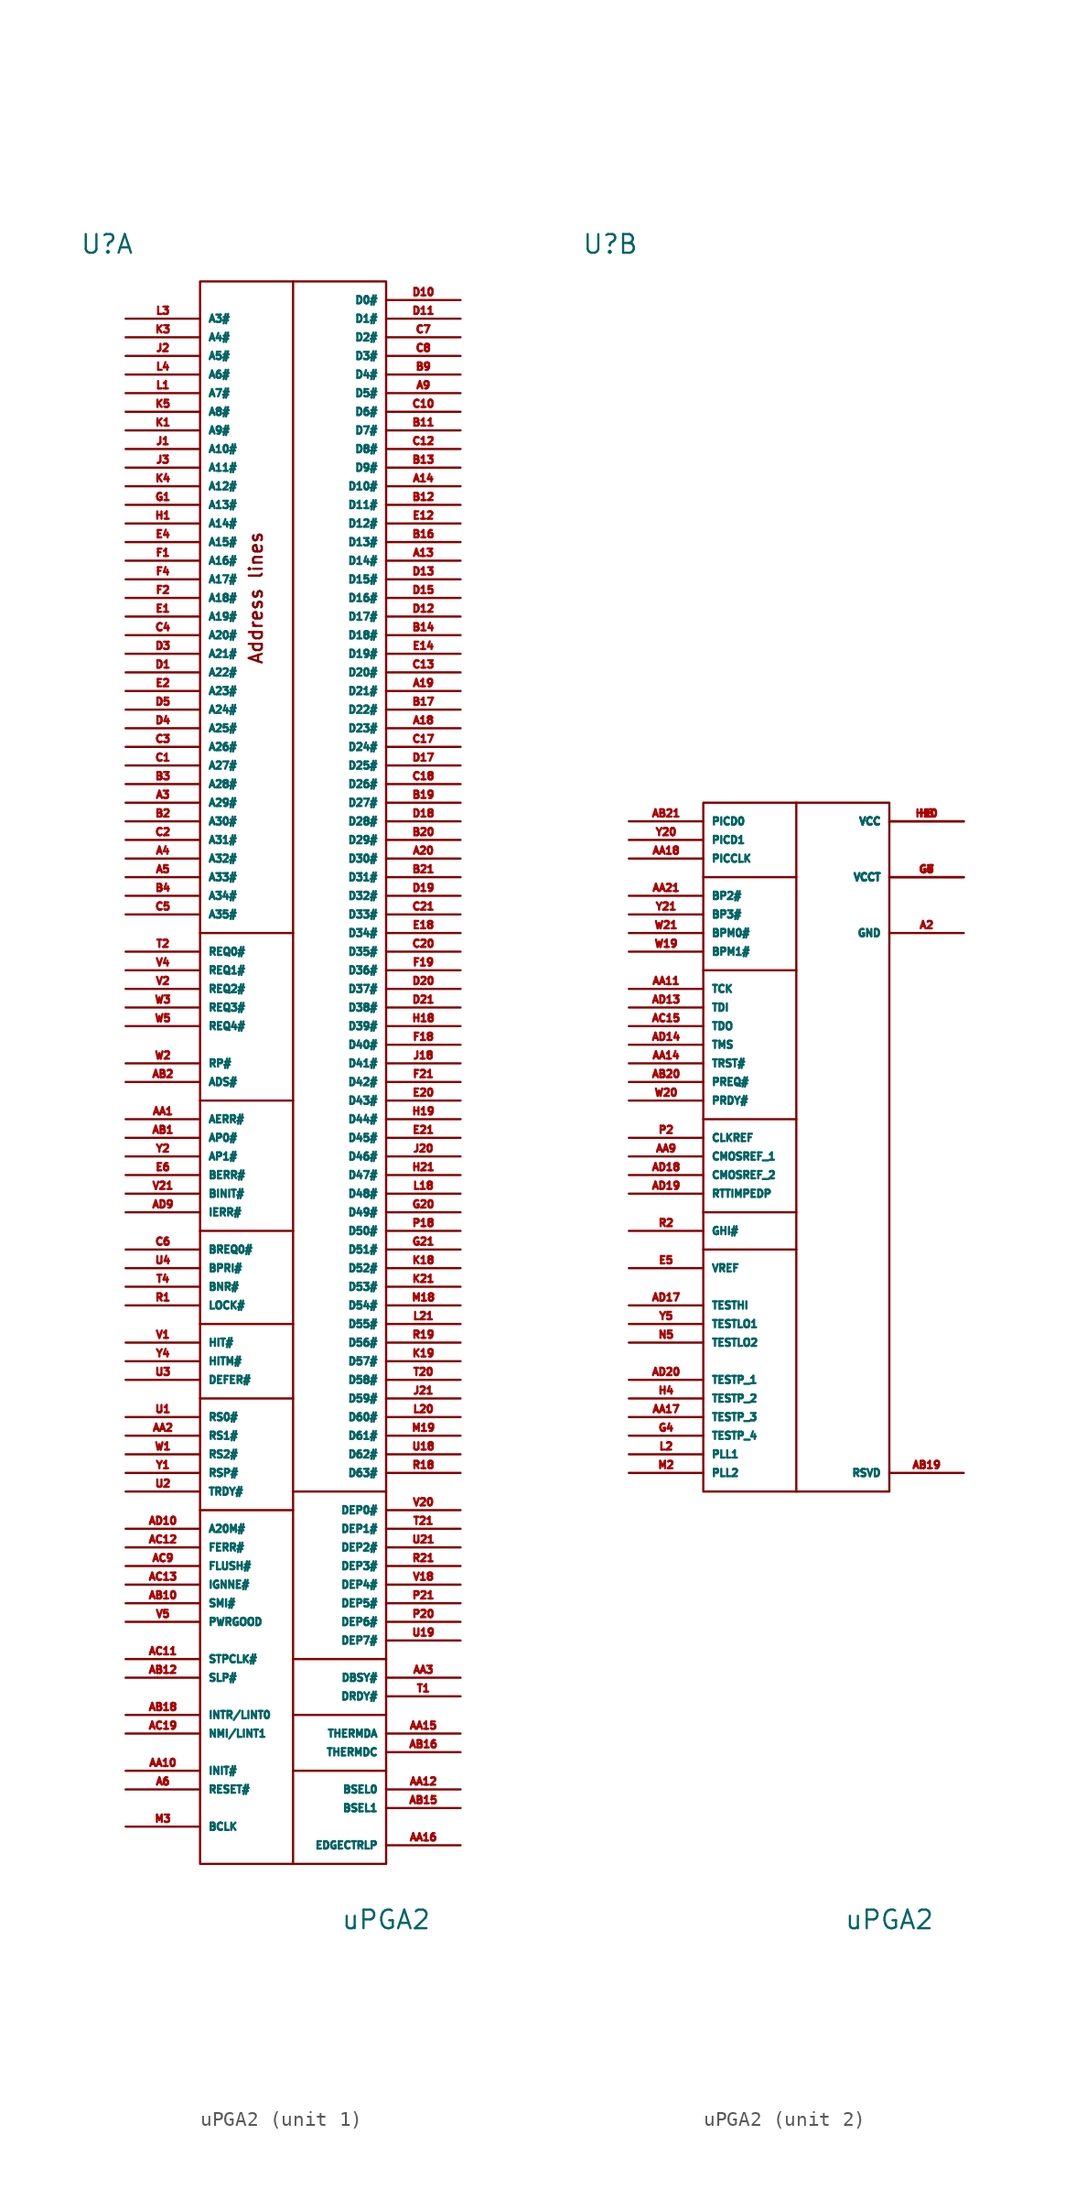
<source format=kicad_sym>
(kicad_symbol_lib
  (version 20220914)
  (generator kicad_symbol_editor)
  (symbol "uPGA2"
    (property "Reference" "U"
      (at -12.7 59.69 0)
      (effects (font (size 1.27 1.27))))
    (property "Value" "uPGA2"
      (at 6.35 -54.61 0)
      (effects (font (size 1.27 1.27))))
    (property "ki_locked" ""
      (at 0 0 0)
      (effects (font (size 1.27 1.27))))
    (symbol "uPGA2_1_0"
      (rectangle (start -6.35 57.15) (end 6.35 -50.8) (stroke (width 0) (type default)) (fill (type none)))
      (polyline (pts (xy 0 -26.67) (xy 0 -50.8)) (stroke (width 0) (type default)) (fill (type none)))
      (polyline (pts (xy 6.35 -44.45) (xy 0 -44.45)) (stroke (width 0) (type default)) (fill (type none)))
      (polyline (pts (xy 6.35 -40.64) (xy 0 -40.64)) (stroke (width 0) (type default)) (fill (type none)))
      (polyline (pts (xy 6.35 -36.83) (xy 0 -36.83)) (stroke (width 0) (type default)) (fill (type none)))
      (polyline (pts (xy 6.35 -25.4) (xy 0 -25.4)) (stroke (width 0) (type default)) (fill (type none)))
      (polyline (pts (xy -6.35 -26.67) (xy 0 -26.67) (xy 0 -19.05)) (stroke (width 0) (type default)) (fill (type none)))
      (polyline (pts (xy -6.35 -19.05) (xy 0 -19.05) (xy 0 -13.97)) (stroke (width 0) (type default)) (fill (type none)))
      (polyline (pts (xy -6.35 -13.97) (xy 0 -13.97) (xy 0 -7.62)) (stroke (width 0) (type default)) (fill (type none)))
      (polyline (pts (xy -6.35 -7.62) (xy 0 -7.62) (xy 0 1.27)) (stroke (width 0) (type default)) (fill (type none)))
      (polyline (pts (xy -6.35 1.27) (xy 0 1.27) (xy 0 12.7)) (stroke (width 0) (type default)) (fill (type none)))
      (polyline (pts (xy -6.35 12.7) (xy 0 12.7) (xy 0 57.15)) (stroke (width 0) (type default)) (fill (type none)))
      (text "Address lines" (at -2.54 35.56 900) (effects (font (size 0.889 0.889))))
      (pin unspecified line (at 11.43 38.1 180) (length 5.08) (name "D14#" (effects (font (size 0.5 0.5)))) (number "A13" (effects (font (size 0.5 0.5)))))
      (pin unspecified line (at 11.43 43.18 180) (length 5.08) (name "D10#" (effects (font (size 0.5 0.5)))) (number "A14" (effects (font (size 0.5 0.5)))))
      (pin unspecified line (at 11.43 26.67 180) (length 5.08) (name "D23#" (effects (font (size 0.5 0.5)))) (number "A18" (effects (font (size 0.5 0.5)))))
      (pin unspecified line (at 11.43 29.21 180) (length 5.08) (name "D21#" (effects (font (size 0.5 0.5)))) (number "A19" (effects (font (size 0.5 0.5)))))
      (pin unspecified line (at 11.43 17.78 180) (length 5.08) (name "D30#" (effects (font (size 0.5 0.5)))) (number "A20" (effects (font (size 0.5 0.5)))))
      (pin unspecified line (at -11.43 21.59 0) (length 5.08) (name "A29#" (effects (font (size 0.5 0.5)))) (number "A3" (effects (font (size 0.5 0.5)))))
      (pin unspecified line (at -11.43 17.78 0) (length 5.08) (name "A32#" (effects (font (size 0.5 0.5)))) (number "A4" (effects (font (size 0.5 0.5)))))
      (pin unspecified line (at -11.43 16.51 0) (length 5.08) (name "A33#" (effects (font (size 0.5 0.5)))) (number "A5" (effects (font (size 0.5 0.5)))))
      (pin unspecified line (at -11.43 -45.72 0) (length 5.08) (name "RESET#" (effects (font (size 0.5 0.5)))) (number "A6" (effects (font (size 0.5 0.5)))))
      (pin unspecified line (at 11.43 49.53 180) (length 5.08) (name "D5#" (effects (font (size 0.5 0.5)))) (number "A9" (effects (font (size 0.5 0.5)))))
      (pin unspecified line (at -11.43 0 0) (length 5.08) (name "AERR#" (effects (font (size 0.5 0.5)))) (number "AA1" (effects (font (size 0.5 0.5)))))
      (pin unspecified line (at -11.43 -44.45 0) (length 5.08) (name "INIT#" (effects (font (size 0.5 0.5)))) (number "AA10" (effects (font (size 0.5 0.5)))))
      (pin unspecified line (at 11.43 -45.72 180) (length 5.08) (name "BSEL0" (effects (font (size 0.5 0.5)))) (number "AA12" (effects (font (size 0.5 0.5)))))
      (pin unspecified line (at 11.43 -41.91 180) (length 5.08) (name "THERMDA" (effects (font (size 0.5 0.5)))) (number "AA15" (effects (font (size 0.5 0.5)))))
      (pin unspecified line (at 11.43 -49.53 180) (length 5.08) (name "EDGECTRLP" (effects (font (size 0.5 0.5)))) (number "AA16" (effects (font (size 0.5 0.5)))))
      (pin unspecified line (at -11.43 -21.59 0) (length 5.08) (name "RS1#" (effects (font (size 0.5 0.5)))) (number "AA2" (effects (font (size 0.5 0.5)))))
      (pin unspecified line (at 11.43 -38.1 180) (length 5.08) (name "DBSY#" (effects (font (size 0.5 0.5)))) (number "AA3" (effects (font (size 0.5 0.5)))))
      (pin unspecified line (at -11.43 -1.27 0) (length 5.08) (name "AP0#" (effects (font (size 0.5 0.5)))) (number "AB1" (effects (font (size 0.5 0.5)))))
      (pin unspecified line (at -11.43 -33.02 0) (length 5.08) (name "SMI#" (effects (font (size 0.5 0.5)))) (number "AB10" (effects (font (size 0.5 0.5)))))
      (pin unspecified line (at -11.43 -38.1 0) (length 5.08) (name "SLP#" (effects (font (size 0.5 0.5)))) (number "AB12" (effects (font (size 0.5 0.5)))))
      (pin unspecified line (at 11.43 -46.99 180) (length 5.08) (name "BSEL1" (effects (font (size 0.5 0.5)))) (number "AB15" (effects (font (size 0.5 0.5)))))
      (pin unspecified line (at 11.43 -43.18 180) (length 5.08) (name "THERMDC" (effects (font (size 0.5 0.5)))) (number "AB16" (effects (font (size 0.5 0.5)))))
      (pin unspecified line (at -11.43 -40.64 0) (length 5.08) (name "INTR/LINT0" (effects (font (size 0.5 0.5)))) (number "AB18" (effects (font (size 0.5 0.5)))))
      (pin unspecified line (at -11.43 2.54 0) (length 5.08) (name "ADS#" (effects (font (size 0.5 0.5)))) (number "AB2" (effects (font (size 0.5 0.5)))))
      (pin unspecified line (at -11.43 -36.83 0) (length 5.08) (name "STPCLK#" (effects (font (size 0.5 0.5)))) (number "AC11" (effects (font (size 0.5 0.5)))))
      (pin unspecified line (at -11.43 -29.21 0) (length 5.08) (name "FERR#" (effects (font (size 0.5 0.5)))) (number "AC12" (effects (font (size 0.5 0.5)))))
      (pin unspecified line (at -11.43 -31.75 0) (length 5.08) (name "IGNNE#" (effects (font (size 0.5 0.5)))) (number "AC13" (effects (font (size 0.5 0.5)))))
      (pin unspecified line (at -11.43 -41.91 0) (length 5.08) (name "NMI/LINT1" (effects (font (size 0.5 0.5)))) (number "AC19" (effects (font (size 0.5 0.5)))))
      (pin unspecified line (at -11.43 -30.48 0) (length 5.08) (name "FLUSH#" (effects (font (size 0.5 0.5)))) (number "AC9" (effects (font (size 0.5 0.5)))))
      (pin unspecified line (at -11.43 -27.94 0) (length 5.08) (name "A20M#" (effects (font (size 0.5 0.5)))) (number "AD10" (effects (font (size 0.5 0.5)))))
      (pin unspecified line (at -11.43 -6.35 0) (length 5.08) (name "IERR#" (effects (font (size 0.5 0.5)))) (number "AD9" (effects (font (size 0.5 0.5)))))
      (pin unspecified line (at 11.43 46.99 180) (length 5.08) (name "D7#" (effects (font (size 0.5 0.5)))) (number "B11" (effects (font (size 0.5 0.5)))))
      (pin unspecified line (at 11.43 41.91 180) (length 5.08) (name "D11#" (effects (font (size 0.5 0.5)))) (number "B12" (effects (font (size 0.5 0.5)))))
      (pin unspecified line (at 11.43 44.45 180) (length 5.08) (name "D9#" (effects (font (size 0.5 0.5)))) (number "B13" (effects (font (size 0.5 0.5)))))
      (pin unspecified line (at 11.43 33.02 180) (length 5.08) (name "D18#" (effects (font (size 0.5 0.5)))) (number "B14" (effects (font (size 0.5 0.5)))))
      (pin unspecified line (at 11.43 39.37 180) (length 5.08) (name "D13#" (effects (font (size 0.5 0.5)))) (number "B16" (effects (font (size 0.5 0.5)))))
      (pin unspecified line (at 11.43 27.94 180) (length 5.08) (name "D22#" (effects (font (size 0.5 0.5)))) (number "B17" (effects (font (size 0.5 0.5)))))
      (pin unspecified line (at 11.43 21.59 180) (length 5.08) (name "D27#" (effects (font (size 0.5 0.5)))) (number "B19" (effects (font (size 0.5 0.5)))))
      (pin unspecified line (at -11.43 20.32 0) (length 5.08) (name "A30#" (effects (font (size 0.5 0.5)))) (number "B2" (effects (font (size 0.5 0.5)))))
      (pin unspecified line (at 11.43 19.05 180) (length 5.08) (name "D29#" (effects (font (size 0.5 0.5)))) (number "B20" (effects (font (size 0.5 0.5)))))
      (pin unspecified line (at 11.43 16.51 180) (length 5.08) (name "D31#" (effects (font (size 0.5 0.5)))) (number "B21" (effects (font (size 0.5 0.5)))))
      (pin unspecified line (at -11.43 22.86 0) (length 5.08) (name "A28#" (effects (font (size 0.5 0.5)))) (number "B3" (effects (font (size 0.5 0.5)))))
      (pin unspecified line (at -11.43 15.24 0) (length 5.08) (name "A34#" (effects (font (size 0.5 0.5)))) (number "B4" (effects (font (size 0.5 0.5)))))
      (pin unspecified line (at 11.43 50.8 180) (length 5.08) (name "D4#" (effects (font (size 0.5 0.5)))) (number "B9" (effects (font (size 0.5 0.5)))))
      (pin unspecified line (at -11.43 24.13 0) (length 5.08) (name "A27#" (effects (font (size 0.5 0.5)))) (number "C1" (effects (font (size 0.5 0.5)))))
      (pin unspecified line (at 11.43 48.26 180) (length 5.08) (name "D6#" (effects (font (size 0.5 0.5)))) (number "C10" (effects (font (size 0.5 0.5)))))
      (pin unspecified line (at 11.43 45.72 180) (length 5.08) (name "D8#" (effects (font (size 0.5 0.5)))) (number "C12" (effects (font (size 0.5 0.5)))))
      (pin unspecified line (at 11.43 30.48 180) (length 5.08) (name "D20#" (effects (font (size 0.5 0.5)))) (number "C13" (effects (font (size 0.5 0.5)))))
      (pin unspecified line (at 11.43 25.4 180) (length 5.08) (name "D24#" (effects (font (size 0.5 0.5)))) (number "C17" (effects (font (size 0.5 0.5)))))
      (pin unspecified line (at 11.43 22.86 180) (length 5.08) (name "D26#" (effects (font (size 0.5 0.5)))) (number "C18" (effects (font (size 0.5 0.5)))))
      (pin unspecified line (at -11.43 19.05 0) (length 5.08) (name "A31#" (effects (font (size 0.5 0.5)))) (number "C2" (effects (font (size 0.5 0.5)))))
      (pin unspecified line (at 11.43 11.43 180) (length 5.08) (name "D35#" (effects (font (size 0.5 0.5)))) (number "C20" (effects (font (size 0.5 0.5)))))
      (pin unspecified line (at 11.43 13.97 180) (length 5.08) (name "D33#" (effects (font (size 0.5 0.5)))) (number "C21" (effects (font (size 0.5 0.5)))))
      (pin unspecified line (at -11.43 25.4 0) (length 5.08) (name "A26#" (effects (font (size 0.5 0.5)))) (number "C3" (effects (font (size 0.5 0.5)))))
      (pin unspecified line (at -11.43 33.02 0) (length 5.08) (name "A20#" (effects (font (size 0.5 0.5)))) (number "C4" (effects (font (size 0.5 0.5)))))
      (pin unspecified line (at -11.43 13.97 0) (length 5.08) (name "A35#" (effects (font (size 0.5 0.5)))) (number "C5" (effects (font (size 0.5 0.5)))))
      (pin unspecified line (at -11.43 -8.89 0) (length 5.08) (name "BREQ0#" (effects (font (size 0.5 0.5)))) (number "C6" (effects (font (size 0.5 0.5)))))
      (pin unspecified line (at 11.43 53.34 180) (length 5.08) (name "D2#" (effects (font (size 0.5 0.5)))) (number "C7" (effects (font (size 0.5 0.5)))))
      (pin unspecified line (at 11.43 52.07 180) (length 5.08) (name "D3#" (effects (font (size 0.5 0.5)))) (number "C8" (effects (font (size 0.5 0.5)))))
      (pin unspecified line (at -11.43 30.48 0) (length 5.08) (name "A22#" (effects (font (size 0.5 0.5)))) (number "D1" (effects (font (size 0.5 0.5)))))
      (pin unspecified line (at 11.43 55.88 180) (length 5.08) (name "D0#" (effects (font (size 0.5 0.5)))) (number "D10" (effects (font (size 0.5 0.5)))))
      (pin unspecified line (at 11.43 54.61 180) (length 5.08) (name "D1#" (effects (font (size 0.5 0.5)))) (number "D11" (effects (font (size 0.5 0.5)))))
      (pin unspecified line (at 11.43 34.29 180) (length 5.08) (name "D17#" (effects (font (size 0.5 0.5)))) (number "D12" (effects (font (size 0.5 0.5)))))
      (pin unspecified line (at 11.43 36.83 180) (length 5.08) (name "D15#" (effects (font (size 0.5 0.5)))) (number "D13" (effects (font (size 0.5 0.5)))))
      (pin unspecified line (at 11.43 35.56 180) (length 5.08) (name "D16#" (effects (font (size 0.5 0.5)))) (number "D15" (effects (font (size 0.5 0.5)))))
      (pin unspecified line (at 11.43 24.13 180) (length 5.08) (name "D25#" (effects (font (size 0.5 0.5)))) (number "D17" (effects (font (size 0.5 0.5)))))
      (pin unspecified line (at 11.43 20.32 180) (length 5.08) (name "D28#" (effects (font (size 0.5 0.5)))) (number "D18" (effects (font (size 0.5 0.5)))))
      (pin unspecified line (at 11.43 15.24 180) (length 5.08) (name "D32#" (effects (font (size 0.5 0.5)))) (number "D19" (effects (font (size 0.5 0.5)))))
      (pin unspecified line (at 11.43 8.89 180) (length 5.08) (name "D37#" (effects (font (size 0.5 0.5)))) (number "D20" (effects (font (size 0.5 0.5)))))
      (pin unspecified line (at 11.43 7.62 180) (length 5.08) (name "D38#" (effects (font (size 0.5 0.5)))) (number "D21" (effects (font (size 0.5 0.5)))))
      (pin unspecified line (at -11.43 31.75 0) (length 5.08) (name "A21#" (effects (font (size 0.5 0.5)))) (number "D3" (effects (font (size 0.5 0.5)))))
      (pin unspecified line (at -11.43 26.67 0) (length 5.08) (name "A25#" (effects (font (size 0.5 0.5)))) (number "D4" (effects (font (size 0.5 0.5)))))
      (pin unspecified line (at -11.43 27.94 0) (length 5.08) (name "A24#" (effects (font (size 0.5 0.5)))) (number "D5" (effects (font (size 0.5 0.5)))))
      (pin unspecified line (at -11.43 34.29 0) (length 5.08) (name "A19#" (effects (font (size 0.5 0.5)))) (number "E1" (effects (font (size 0.5 0.5)))))
      (pin unspecified line (at 11.43 40.64 180) (length 5.08) (name "D12#" (effects (font (size 0.5 0.5)))) (number "E12" (effects (font (size 0.5 0.5)))))
      (pin unspecified line (at 11.43 31.75 180) (length 5.08) (name "D19#" (effects (font (size 0.5 0.5)))) (number "E14" (effects (font (size 0.5 0.5)))))
      (pin unspecified line (at 11.43 12.7 180) (length 5.08) (name "D34#" (effects (font (size 0.5 0.5)))) (number "E18" (effects (font (size 0.5 0.5)))))
      (pin unspecified line (at -11.43 29.21 0) (length 5.08) (name "A23#" (effects (font (size 0.5 0.5)))) (number "E2" (effects (font (size 0.5 0.5)))))
      (pin unspecified line (at 11.43 1.27 180) (length 5.08) (name "D43#" (effects (font (size 0.5 0.5)))) (number "E20" (effects (font (size 0.5 0.5)))))
      (pin unspecified line (at 11.43 -1.27 180) (length 5.08) (name "D45#" (effects (font (size 0.5 0.5)))) (number "E21" (effects (font (size 0.5 0.5)))))
      (pin unspecified line (at -11.43 39.37 0) (length 5.08) (name "A15#" (effects (font (size 0.5 0.5)))) (number "E4" (effects (font (size 0.5 0.5)))))
      (pin unspecified line (at -11.43 -3.81 0) (length 5.08) (name "BERR#" (effects (font (size 0.5 0.5)))) (number "E6" (effects (font (size 0.5 0.5)))))
      (pin unspecified line (at -11.43 38.1 0) (length 5.08) (name "A16#" (effects (font (size 0.5 0.5)))) (number "F1" (effects (font (size 0.5 0.5)))))
      (pin unspecified line (at 11.43 5.08 180) (length 5.08) (name "D40#" (effects (font (size 0.5 0.5)))) (number "F18" (effects (font (size 0.5 0.5)))))
      (pin unspecified line (at 11.43 10.16 180) (length 5.08) (name "D36#" (effects (font (size 0.5 0.5)))) (number "F19" (effects (font (size 0.5 0.5)))))
      (pin unspecified line (at -11.43 35.56 0) (length 5.08) (name "A18#" (effects (font (size 0.5 0.5)))) (number "F2" (effects (font (size 0.5 0.5)))))
      (pin unspecified line (at 11.43 2.54 180) (length 5.08) (name "D42#" (effects (font (size 0.5 0.5)))) (number "F21" (effects (font (size 0.5 0.5)))))
      (pin unspecified line (at -11.43 36.83 0) (length 5.08) (name "A17#" (effects (font (size 0.5 0.5)))) (number "F4" (effects (font (size 0.5 0.5)))))
      (pin unspecified line (at -11.43 41.91 0) (length 5.08) (name "A13#" (effects (font (size 0.5 0.5)))) (number "G1" (effects (font (size 0.5 0.5)))))
      (pin unspecified line (at 11.43 -6.35 180) (length 5.08) (name "D49#" (effects (font (size 0.5 0.5)))) (number "G20" (effects (font (size 0.5 0.5)))))
      (pin unspecified line (at 11.43 -8.89 180) (length 5.08) (name "D51#" (effects (font (size 0.5 0.5)))) (number "G21" (effects (font (size 0.5 0.5)))))
      (pin unspecified line (at -11.43 40.64 0) (length 5.08) (name "A14#" (effects (font (size 0.5 0.5)))) (number "H1" (effects (font (size 0.5 0.5)))))
      (pin unspecified line (at 11.43 6.35 180) (length 5.08) (name "D39#" (effects (font (size 0.5 0.5)))) (number "H18" (effects (font (size 0.5 0.5)))))
      (pin unspecified line (at 11.43 0 180) (length 5.08) (name "D44#" (effects (font (size 0.5 0.5)))) (number "H19" (effects (font (size 0.5 0.5)))))
      (pin unspecified line (at 11.43 -3.81 180) (length 5.08) (name "D47#" (effects (font (size 0.5 0.5)))) (number "H21" (effects (font (size 0.5 0.5)))))
      (pin unspecified line (at -11.43 45.72 0) (length 5.08) (name "A10#" (effects (font (size 0.5 0.5)))) (number "J1" (effects (font (size 0.5 0.5)))))
      (pin unspecified line (at 11.43 3.81 180) (length 5.08) (name "D41#" (effects (font (size 0.5 0.5)))) (number "J18" (effects (font (size 0.5 0.5)))))
      (pin unspecified line (at -11.43 52.07 0) (length 5.08) (name "A5#" (effects (font (size 0.5 0.5)))) (number "J2" (effects (font (size 0.5 0.5)))))
      (pin unspecified line (at 11.43 -2.54 180) (length 5.08) (name "D46#" (effects (font (size 0.5 0.5)))) (number "J20" (effects (font (size 0.5 0.5)))))
      (pin unspecified line (at 11.43 -19.05 180) (length 5.08) (name "D59#" (effects (font (size 0.5 0.5)))) (number "J21" (effects (font (size 0.5 0.5)))))
      (pin unspecified line (at -11.43 44.45 0) (length 5.08) (name "A11#" (effects (font (size 0.5 0.5)))) (number "J3" (effects (font (size 0.5 0.5)))))
      (pin unspecified line (at -11.43 46.99 0) (length 5.08) (name "A9#" (effects (font (size 0.5 0.5)))) (number "K1" (effects (font (size 0.5 0.5)))))
      (pin unspecified line (at 11.43 -10.16 180) (length 5.08) (name "D52#" (effects (font (size 0.5 0.5)))) (number "K18" (effects (font (size 0.5 0.5)))))
      (pin unspecified line (at 11.43 -16.51 180) (length 5.08) (name "D57#" (effects (font (size 0.5 0.5)))) (number "K19" (effects (font (size 0.5 0.5)))))
      (pin unspecified line (at 11.43 -11.43 180) (length 5.08) (name "D53#" (effects (font (size 0.5 0.5)))) (number "K21" (effects (font (size 0.5 0.5)))))
      (pin unspecified line (at -11.43 53.34 0) (length 5.08) (name "A4#" (effects (font (size 0.5 0.5)))) (number "K3" (effects (font (size 0.5 0.5)))))
      (pin unspecified line (at -11.43 43.18 0) (length 5.08) (name "A12#" (effects (font (size 0.5 0.5)))) (number "K4" (effects (font (size 0.5 0.5)))))
      (pin unspecified line (at -11.43 48.26 0) (length 5.08) (name "A8#" (effects (font (size 0.5 0.5)))) (number "K5" (effects (font (size 0.5 0.5)))))
      (pin unspecified line (at -11.43 49.53 0) (length 5.08) (name "A7#" (effects (font (size 0.5 0.5)))) (number "L1" (effects (font (size 0.5 0.5)))))
      (pin unspecified line (at 11.43 -5.08 180) (length 5.08) (name "D48#" (effects (font (size 0.5 0.5)))) (number "L18" (effects (font (size 0.5 0.5)))))
      (pin unspecified line (at 11.43 -20.32 180) (length 5.08) (name "D60#" (effects (font (size 0.5 0.5)))) (number "L20" (effects (font (size 0.5 0.5)))))
      (pin unspecified line (at 11.43 -13.97 180) (length 5.08) (name "D55#" (effects (font (size 0.5 0.5)))) (number "L21" (effects (font (size 0.5 0.5)))))
      (pin unspecified line (at -11.43 54.61 0) (length 5.08) (name "A3#" (effects (font (size 0.5 0.5)))) (number "L3" (effects (font (size 0.5 0.5)))))
      (pin unspecified line (at -11.43 50.8 0) (length 5.08) (name "A6#" (effects (font (size 0.5 0.5)))) (number "L4" (effects (font (size 0.5 0.5)))))
      (pin unspecified line (at 11.43 -12.7 180) (length 5.08) (name "D54#" (effects (font (size 0.5 0.5)))) (number "M18" (effects (font (size 0.5 0.5)))))
      (pin unspecified line (at 11.43 -21.59 180) (length 5.08) (name "D61#" (effects (font (size 0.5 0.5)))) (number "M19" (effects (font (size 0.5 0.5)))))
      (pin unspecified line (at -11.43 -48.26 0) (length 5.08) (name "BCLK" (effects (font (size 0.5 0.5)))) (number "M3" (effects (font (size 0.5 0.5)))))
      (pin unspecified line (at 11.43 -7.62 180) (length 5.08) (name "D50#" (effects (font (size 0.5 0.5)))) (number "P18" (effects (font (size 0.5 0.5)))))
      (pin unspecified line (at 11.43 -34.29 180) (length 5.08) (name "DEP6#" (effects (font (size 0.5 0.5)))) (number "P20" (effects (font (size 0.5 0.5)))))
      (pin unspecified line (at 11.43 -33.02 180) (length 5.08) (name "DEP5#" (effects (font (size 0.5 0.5)))) (number "P21" (effects (font (size 0.5 0.5)))))
      (pin unspecified line (at -11.43 -12.7 0) (length 5.08) (name "LOCK#" (effects (font (size 0.5 0.5)))) (number "R1" (effects (font (size 0.5 0.5)))))
      (pin unspecified line (at 11.43 -24.13 180) (length 5.08) (name "D63#" (effects (font (size 0.5 0.5)))) (number "R18" (effects (font (size 0.5 0.5)))))
      (pin unspecified line (at 11.43 -15.24 180) (length 5.08) (name "D56#" (effects (font (size 0.5 0.5)))) (number "R19" (effects (font (size 0.5 0.5)))))
      (pin unspecified line (at 11.43 -30.48 180) (length 5.08) (name "DEP3#" (effects (font (size 0.5 0.5)))) (number "R21" (effects (font (size 0.5 0.5)))))
      (pin unspecified line (at 11.43 -39.37 180) (length 5.08) (name "DRDY#" (effects (font (size 0.5 0.5)))) (number "T1" (effects (font (size 0.5 0.5)))))
      (pin unspecified line (at -11.43 11.43 0) (length 5.08) (name "REQ0#" (effects (font (size 0.5 0.5)))) (number "T2" (effects (font (size 0.5 0.5)))))
      (pin unspecified line (at 11.43 -17.78 180) (length 5.08) (name "D58#" (effects (font (size 0.5 0.5)))) (number "T20" (effects (font (size 0.5 0.5)))))
      (pin unspecified line (at 11.43 -27.94 180) (length 5.08) (name "DEP1#" (effects (font (size 0.5 0.5)))) (number "T21" (effects (font (size 0.5 0.5)))))
      (pin unspecified line (at -11.43 -11.43 0) (length 5.08) (name "BNR#" (effects (font (size 0.5 0.5)))) (number "T4" (effects (font (size 0.5 0.5)))))
      (pin unspecified line (at -11.43 -20.32 0) (length 5.08) (name "RS0#" (effects (font (size 0.5 0.5)))) (number "U1" (effects (font (size 0.5 0.5)))))
      (pin unspecified line (at 11.43 -22.86 180) (length 5.08) (name "D62#" (effects (font (size 0.5 0.5)))) (number "U18" (effects (font (size 0.5 0.5)))))
      (pin unspecified line (at 11.43 -35.56 180) (length 5.08) (name "DEP7#" (effects (font (size 0.5 0.5)))) (number "U19" (effects (font (size 0.5 0.5)))))
      (pin unspecified line (at -11.43 -25.4 0) (length 5.08) (name "TRDY#" (effects (font (size 0.5 0.5)))) (number "U2" (effects (font (size 0.5 0.5)))))
      (pin unspecified line (at 11.43 -29.21 180) (length 5.08) (name "DEP2#" (effects (font (size 0.5 0.5)))) (number "U21" (effects (font (size 0.5 0.5)))))
      (pin unspecified line (at -11.43 -17.78 0) (length 5.08) (name "DEFER#" (effects (font (size 0.5 0.5)))) (number "U3" (effects (font (size 0.5 0.5)))))
      (pin unspecified line (at -11.43 -10.16 0) (length 5.08) (name "BPRI#" (effects (font (size 0.5 0.5)))) (number "U4" (effects (font (size 0.5 0.5)))))
      (pin unspecified line (at -11.43 -15.24 0) (length 5.08) (name "HIT#" (effects (font (size 0.5 0.5)))) (number "V1" (effects (font (size 0.5 0.5)))))
      (pin unspecified line (at 11.43 -31.75 180) (length 5.08) (name "DEP4#" (effects (font (size 0.5 0.5)))) (number "V18" (effects (font (size 0.5 0.5)))))
      (pin unspecified line (at -11.43 8.89 0) (length 5.08) (name "REQ2#" (effects (font (size 0.5 0.5)))) (number "V2" (effects (font (size 0.5 0.5)))))
      (pin unspecified line (at 11.43 -26.67 180) (length 5.08) (name "DEP0#" (effects (font (size 0.5 0.5)))) (number "V20" (effects (font (size 0.5 0.5)))))
      (pin unspecified line (at -11.43 -5.08 0) (length 5.08) (name "BINIT#" (effects (font (size 0.5 0.5)))) (number "V21" (effects (font (size 0.5 0.5)))))
      (pin unspecified line (at -11.43 10.16 0) (length 5.08) (name "REQ1#" (effects (font (size 0.5 0.5)))) (number "V4" (effects (font (size 0.5 0.5)))))
      (pin unspecified line (at -11.43 -34.29 0) (length 5.08) (name "PWRGOOD" (effects (font (size 0.5 0.5)))) (number "V5" (effects (font (size 0.5 0.5)))))
      (pin unspecified line (at -11.43 -22.86 0) (length 5.08) (name "RS2#" (effects (font (size 0.5 0.5)))) (number "W1" (effects (font (size 0.5 0.5)))))
      (pin unspecified line (at -11.43 3.81 0) (length 5.08) (name "RP#" (effects (font (size 0.5 0.5)))) (number "W2" (effects (font (size 0.5 0.5)))))
      (pin unspecified line (at -11.43 7.62 0) (length 5.08) (name "REQ3#" (effects (font (size 0.5 0.5)))) (number "W3" (effects (font (size 0.5 0.5)))))
      (pin unspecified line (at -11.43 6.35 0) (length 5.08) (name "REQ4#" (effects (font (size 0.5 0.5)))) (number "W5" (effects (font (size 0.5 0.5)))))
      (pin unspecified line (at -11.43 -24.13 0) (length 5.08) (name "RSP#" (effects (font (size 0.5 0.5)))) (number "Y1" (effects (font (size 0.5 0.5)))))
      (pin unspecified line (at -11.43 -2.54 0) (length 5.08) (name "AP1#" (effects (font (size 0.5 0.5)))) (number "Y2" (effects (font (size 0.5 0.5)))))
      (pin unspecified line (at -11.43 -16.51 0) (length 5.08) (name "HITM#" (effects (font (size 0.5 0.5)))) (number "Y4" (effects (font (size 0.5 0.5))))))
    (symbol "uPGA2_2_0"
      (rectangle (start -6.35 21.59) (end 6.35 -25.4) (stroke (width 0) (type default)) (fill (type none)))
      (polyline (pts (xy -6.35 -8.89) (xy 0 -8.89)) (stroke (width 0) (type default)) (fill (type none)))
      (polyline (pts (xy -6.35 -6.35) (xy 0 -6.35)) (stroke (width 0) (type default)) (fill (type none)))
      (polyline (pts (xy -6.35 0) (xy 0 0)) (stroke (width 0) (type default)) (fill (type none)))
      (polyline (pts (xy -6.35 10.16) (xy 0 10.16)) (stroke (width 0) (type default)) (fill (type none)))
      (polyline (pts (xy -6.35 16.51) (xy 0 16.51)) (stroke (width 0) (type default)) (fill (type none)))
      (polyline (pts (xy 0 21.59) (xy 0 -25.4)) (stroke (width 0) (type default)) (fill (type none)))
      (pin power_in line (at 11.43 12.7 180) (length 5.08) hide (name "GND" (effects (font (size 0.5 0.5)))) (number "A12" (effects (font (size 0.5 0.5)))))
      (pin power_in line (at 11.43 12.7 180) (length 5.08) (name "GND" (effects (font (size 0.5 0.5)))) (number "A2" (effects (font (size 0.5 0.5)))))
      (pin power_in line (at 11.43 12.7 180) (length 5.08) hide (name "GND" (effects (font (size 0.5 0.5)))) (number "A21" (effects (font (size 0.5 0.5)))))
      (pin power_in line (at 11.43 12.7 180) (length 5.08) hide (name "GND" (effects (font (size 0.5 0.5)))) (number "A7" (effects (font (size 0.5 0.5)))))
      (pin power_in line (at 11.43 12.7 180) (length 5.08) hide (name "GND" (effects (font (size 0.5 0.5)))) (number "A8" (effects (font (size 0.5 0.5)))))
      (pin unspecified line (at -11.43 8.89 0) (length 5.08) (name "TCK" (effects (font (size 0.5 0.5)))) (number "AA11" (effects (font (size 0.5 0.5)))))
      (pin power_in line (at 11.43 12.7 180) (length 5.08) hide (name "GND" (effects (font (size 0.5 0.5)))) (number "AA13" (effects (font (size 0.5 0.5)))))
      (pin unspecified line (at -11.43 3.81 0) (length 5.08) (name "TRST#" (effects (font (size 0.5 0.5)))) (number "AA14" (effects (font (size 0.5 0.5)))))
      (pin unspecified line (at -11.43 -20.32 0) (length 5.08) (name "TESTP_3" (effects (font (size 0.5 0.5)))) (number "AA17" (effects (font (size 0.5 0.5)))))
      (pin unspecified line (at -11.43 17.78 0) (length 5.08) (name "PICCLK" (effects (font (size 0.5 0.5)))) (number "AA18" (effects (font (size 0.5 0.5)))))
      (pin power_in line (at 11.43 12.7 180) (length 5.08) hide (name "GND" (effects (font (size 0.5 0.5)))) (number "AA20" (effects (font (size 0.5 0.5)))))
      (pin unspecified line (at -11.43 15.24 0) (length 5.08) (name "BP2#" (effects (font (size 0.5 0.5)))) (number "AA21" (effects (font (size 0.5 0.5)))))
      (pin power_in line (at 11.43 12.7 180) (length 5.08) hide (name "GND" (effects (font (size 0.5 0.5)))) (number "AA4" (effects (font (size 0.5 0.5)))))
      (pin power_in line (at 11.43 16.51 180) (length 5.08) hide (name "VCCT" (effects (font (size 0.5 0.5)))) (number "AA6" (effects (font (size 0.5 0.5)))))
      (pin power_in line (at 11.43 16.51 180) (length 5.08) hide (name "VCCT" (effects (font (size 0.5 0.5)))) (number "AA7" (effects (font (size 0.5 0.5)))))
      (pin power_in line (at 11.43 16.51 180) (length 5.08) hide (name "VCCT" (effects (font (size 0.5 0.5)))) (number "AA8" (effects (font (size 0.5 0.5)))))
      (pin unspecified line (at -11.43 -2.54 0) (length 5.08) (name "CMOSREF_1" (effects (font (size 0.5 0.5)))) (number "AA9" (effects (font (size 0.5 0.5)))))
      (pin power_in line (at 11.43 12.7 180) (length 5.08) hide (name "GND" (effects (font (size 0.5 0.5)))) (number "AB11" (effects (font (size 0.5 0.5)))))
      (pin power_in line (at 11.43 12.7 180) (length 5.08) hide (name "GND" (effects (font (size 0.5 0.5)))) (number "AB13" (effects (font (size 0.5 0.5)))))
      (pin power_in line (at 11.43 12.7 180) (length 5.08) hide (name "GND" (effects (font (size 0.5 0.5)))) (number "AB14" (effects (font (size 0.5 0.5)))))
      (pin power_in line (at 11.43 12.7 180) (length 5.08) hide (name "GND" (effects (font (size 0.5 0.5)))) (number "AB17" (effects (font (size 0.5 0.5)))))
      (pin unspecified line (at 11.43 -24.13 180) (length 5.08) (name "RSVD" (effects (font (size 0.5 0.5)))) (number "AB19" (effects (font (size 0.5 0.5)))))
      (pin unspecified line (at -11.43 2.54 0) (length 5.08) (name "PREQ#" (effects (font (size 0.5 0.5)))) (number "AB20" (effects (font (size 0.5 0.5)))))
      (pin unspecified line (at -11.43 20.32 0) (length 5.08) (name "PICD0" (effects (font (size 0.5 0.5)))) (number "AB21" (effects (font (size 0.5 0.5)))))
      (pin power_in line (at 11.43 12.7 180) (length 5.08) hide (name "GND" (effects (font (size 0.5 0.5)))) (number "AB3" (effects (font (size 0.5 0.5)))))
      (pin power_in line (at 11.43 12.7 180) (length 5.08) hide (name "GND" (effects (font (size 0.5 0.5)))) (number "AB5" (effects (font (size 0.5 0.5)))))
      (pin power_in line (at 11.43 16.51 180) (length 5.08) hide (name "VCCT" (effects (font (size 0.5 0.5)))) (number "AB6" (effects (font (size 0.5 0.5)))))
      (pin power_in line (at 11.43 16.51 180) (length 5.08) hide (name "VCCT" (effects (font (size 0.5 0.5)))) (number "AB7" (effects (font (size 0.5 0.5)))))
      (pin power_in line (at 11.43 16.51 180) (length 5.08) hide (name "VCCT" (effects (font (size 0.5 0.5)))) (number "AB8" (effects (font (size 0.5 0.5)))))
      (pin power_in line (at 11.43 12.7 180) (length 5.08) hide (name "GND" (effects (font (size 0.5 0.5)))) (number "AB9" (effects (font (size 0.5 0.5)))))
      (pin power_in line (at 11.43 12.7 180) (length 5.08) hide (name "GND" (effects (font (size 0.5 0.5)))) (number "AC1" (effects (font (size 0.5 0.5)))))
      (pin power_in line (at 11.43 12.7 180) (length 5.08) hide (name "GND" (effects (font (size 0.5 0.5)))) (number "AC10" (effects (font (size 0.5 0.5)))))
      (pin power_in line (at 11.43 12.7 180) (length 5.08) hide (name "GND" (effects (font (size 0.5 0.5)))) (number "AC14" (effects (font (size 0.5 0.5)))))
      (pin unspecified line (at -11.43 6.35 0) (length 5.08) (name "TDO" (effects (font (size 0.5 0.5)))) (number "AC15" (effects (font (size 0.5 0.5)))))
      (pin power_in line (at 11.43 12.7 180) (length 5.08) hide (name "GND" (effects (font (size 0.5 0.5)))) (number "AC16" (effects (font (size 0.5 0.5)))))
      (pin power_in line (at 11.43 12.7 180) (length 5.08) hide (name "GND" (effects (font (size 0.5 0.5)))) (number "AC18" (effects (font (size 0.5 0.5)))))
      (pin power_in line (at 11.43 12.7 180) (length 5.08) hide (name "GND" (effects (font (size 0.5 0.5)))) (number "AC2" (effects (font (size 0.5 0.5)))))
      (pin power_in line (at 11.43 12.7 180) (length 5.08) hide (name "GND" (effects (font (size 0.5 0.5)))) (number "AC21" (effects (font (size 0.5 0.5)))))
      (pin power_in line (at 11.43 12.7 180) (length 5.08) hide (name "GND" (effects (font (size 0.5 0.5)))) (number "AC5" (effects (font (size 0.5 0.5)))))
      (pin power_in line (at 11.43 16.51 180) (length 5.08) hide (name "VCCT" (effects (font (size 0.5 0.5)))) (number "AC6" (effects (font (size 0.5 0.5)))))
      (pin power_in line (at 11.43 16.51 180) (length 5.08) hide (name "VCCT" (effects (font (size 0.5 0.5)))) (number "AC7" (effects (font (size 0.5 0.5)))))
      (pin power_in line (at 11.43 16.51 180) (length 5.08) hide (name "VCCT" (effects (font (size 0.5 0.5)))) (number "AC8" (effects (font (size 0.5 0.5)))))
      (pin power_in line (at 11.43 12.7 180) (length 5.08) hide (name "GND" (effects (font (size 0.5 0.5)))) (number "AD1" (effects (font (size 0.5 0.5)))))
      (pin unspecified line (at -11.43 7.62 0) (length 5.08) (name "TDI" (effects (font (size 0.5 0.5)))) (number "AD13" (effects (font (size 0.5 0.5)))))
      (pin unspecified line (at -11.43 5.08 0) (length 5.08) (name "TMS" (effects (font (size 0.5 0.5)))) (number "AD14" (effects (font (size 0.5 0.5)))))
      (pin power_in line (at 11.43 12.7 180) (length 5.08) hide (name "GND" (effects (font (size 0.5 0.5)))) (number "AD16" (effects (font (size 0.5 0.5)))))
      (pin unspecified line (at -11.43 -12.7 0) (length 5.08) (name "TESTHI" (effects (font (size 0.5 0.5)))) (number "AD17" (effects (font (size 0.5 0.5)))))
      (pin unspecified line (at -11.43 -3.81 0) (length 5.08) (name "CMOSREF_2" (effects (font (size 0.5 0.5)))) (number "AD18" (effects (font (size 0.5 0.5)))))
      (pin unspecified line (at -11.43 -5.08 0) (length 5.08) (name "RTTIMPEDP" (effects (font (size 0.5 0.5)))) (number "AD19" (effects (font (size 0.5 0.5)))))
      (pin unspecified line (at -11.43 -17.78 0) (length 5.08) (name "TESTP_1" (effects (font (size 0.5 0.5)))) (number "AD20" (effects (font (size 0.5 0.5)))))
      (pin power_in line (at 11.43 12.7 180) (length 5.08) hide (name "GND" (effects (font (size 0.5 0.5)))) (number "AD21" (effects (font (size 0.5 0.5)))))
      (pin power_in line (at 11.43 12.7 180) (length 5.08) hide (name "GND" (effects (font (size 0.5 0.5)))) (number "AD5" (effects (font (size 0.5 0.5)))))
      (pin power_in line (at 11.43 16.51 180) (length 5.08) hide (name "VCCT" (effects (font (size 0.5 0.5)))) (number "AD6" (effects (font (size 0.5 0.5)))))
      (pin power_in line (at 11.43 16.51 180) (length 5.08) hide (name "VCCT" (effects (font (size 0.5 0.5)))) (number "AD7" (effects (font (size 0.5 0.5)))))
      (pin power_in line (at 11.43 16.51 180) (length 5.08) hide (name "VCCT" (effects (font (size 0.5 0.5)))) (number "AD8" (effects (font (size 0.5 0.5)))))
      (pin power_in line (at 11.43 12.7 180) (length 5.08) hide (name "GND" (effects (font (size 0.5 0.5)))) (number "B1" (effects (font (size 0.5 0.5)))))
      (pin power_in line (at 11.43 12.7 180) (length 5.08) hide (name "GND" (effects (font (size 0.5 0.5)))) (number "B10" (effects (font (size 0.5 0.5)))))
      (pin power_in line (at 11.43 12.7 180) (length 5.08) hide (name "GND" (effects (font (size 0.5 0.5)))) (number "B15" (effects (font (size 0.5 0.5)))))
      (pin power_in line (at 11.43 12.7 180) (length 5.08) hide (name "GND" (effects (font (size 0.5 0.5)))) (number "B18" (effects (font (size 0.5 0.5)))))
      (pin power_in line (at 11.43 12.7 180) (length 5.08) hide (name "GND" (effects (font (size 0.5 0.5)))) (number "B5" (effects (font (size 0.5 0.5)))))
      (pin power_in line (at 11.43 12.7 180) (length 5.08) hide (name "GND" (effects (font (size 0.5 0.5)))) (number "B6" (effects (font (size 0.5 0.5)))))
      (pin power_in line (at 11.43 12.7 180) (length 5.08) hide (name "GND" (effects (font (size 0.5 0.5)))) (number "B7" (effects (font (size 0.5 0.5)))))
      (pin power_in line (at 11.43 12.7 180) (length 5.08) hide (name "GND" (effects (font (size 0.5 0.5)))) (number "B8" (effects (font (size 0.5 0.5)))))
      (pin power_in line (at 11.43 12.7 180) (length 5.08) hide (name "GND" (effects (font (size 0.5 0.5)))) (number "C11" (effects (font (size 0.5 0.5)))))
      (pin power_in line (at 11.43 12.7 180) (length 5.08) hide (name "GND" (effects (font (size 0.5 0.5)))) (number "C15" (effects (font (size 0.5 0.5)))))
      (pin power_in line (at 11.43 12.7 180) (length 5.08) hide (name "GND" (effects (font (size 0.5 0.5)))) (number "C16" (effects (font (size 0.5 0.5)))))
      (pin power_in line (at 11.43 12.7 180) (length 5.08) hide (name "GND" (effects (font (size 0.5 0.5)))) (number "C19" (effects (font (size 0.5 0.5)))))
      (pin power_in line (at 11.43 12.7 180) (length 5.08) hide (name "GND" (effects (font (size 0.5 0.5)))) (number "C9" (effects (font (size 0.5 0.5)))))
      (pin power_in line (at 11.43 12.7 180) (length 5.08) hide (name "GND" (effects (font (size 0.5 0.5)))) (number "D2" (effects (font (size 0.5 0.5)))))
      (pin power_in line (at 11.43 12.7 180) (length 5.08) hide (name "GND" (effects (font (size 0.5 0.5)))) (number "D6" (effects (font (size 0.5 0.5)))))
      (pin power_in line (at 11.43 12.7 180) (length 5.08) hide (name "GND" (effects (font (size 0.5 0.5)))) (number "D7" (effects (font (size 0.5 0.5)))))
      (pin power_in line (at 11.43 12.7 180) (length 5.08) hide (name "GND" (effects (font (size 0.5 0.5)))) (number "D9" (effects (font (size 0.5 0.5)))))
      (pin power_in line (at 11.43 12.7 180) (length 5.08) hide (name "GND" (effects (font (size 0.5 0.5)))) (number "E10" (effects (font (size 0.5 0.5)))))
      (pin power_in line (at 11.43 12.7 180) (length 5.08) hide (name "GND" (effects (font (size 0.5 0.5)))) (number "E11" (effects (font (size 0.5 0.5)))))
      (pin power_in line (at 11.43 12.7 180) (length 5.08) hide (name "GND" (effects (font (size 0.5 0.5)))) (number "E13" (effects (font (size 0.5 0.5)))))
      (pin power_in line (at -11.43 -10.16 0) (length 5.08) hide (name "VREF" (effects (font (size 0.5 0.5)))) (number "E16" (effects (font (size 0.5 0.5)))))
      (pin power_in line (at -11.43 -10.16 0) (length 5.08) hide (name "VREF" (effects (font (size 0.5 0.5)))) (number "E17" (effects (font (size 0.5 0.5)))))
      (pin power_in line (at 11.43 12.7 180) (length 5.08) hide (name "GND" (effects (font (size 0.5 0.5)))) (number "E19" (effects (font (size 0.5 0.5)))))
      (pin power_in line (at 11.43 12.7 180) (length 5.08) hide (name "GND" (effects (font (size 0.5 0.5)))) (number "E3" (effects (font (size 0.5 0.5)))))
      (pin unspecified line (at -11.43 -10.16 0) (length 5.08) (name "VREF" (effects (font (size 0.5 0.5)))) (number "E5" (effects (font (size 0.5 0.5)))))
      (pin power_in line (at 11.43 12.7 180) (length 5.08) hide (name "GND" (effects (font (size 0.5 0.5)))) (number "E7" (effects (font (size 0.5 0.5)))))
      (pin power_in line (at 11.43 12.7 180) (length 5.08) hide (name "GND" (effects (font (size 0.5 0.5)))) (number "E8" (effects (font (size 0.5 0.5)))))
      (pin power_in line (at 11.43 12.7 180) (length 5.08) hide (name "GND" (effects (font (size 0.5 0.5)))) (number "E9" (effects (font (size 0.5 0.5)))))
      (pin power_in line (at 11.43 12.7 180) (length 5.08) hide (name "GND" (effects (font (size 0.5 0.5)))) (number "F10" (effects (font (size 0.5 0.5)))))
      (pin power_in line (at 11.43 12.7 180) (length 5.08) hide (name "GND" (effects (font (size 0.5 0.5)))) (number "F11" (effects (font (size 0.5 0.5)))))
      (pin power_in line (at 11.43 12.7 180) (length 5.08) hide (name "GND" (effects (font (size 0.5 0.5)))) (number "F12" (effects (font (size 0.5 0.5)))))
      (pin power_in line (at 11.43 12.7 180) (length 5.08) hide (name "GND" (effects (font (size 0.5 0.5)))) (number "F13" (effects (font (size 0.5 0.5)))))
      (pin power_in line (at 11.43 12.7 180) (length 5.08) hide (name "GND" (effects (font (size 0.5 0.5)))) (number "F14" (effects (font (size 0.5 0.5)))))
      (pin power_in line (at 11.43 12.7 180) (length 5.08) hide (name "GND" (effects (font (size 0.5 0.5)))) (number "F15" (effects (font (size 0.5 0.5)))))
      (pin power_in line (at 11.43 12.7 180) (length 5.08) hide (name "GND" (effects (font (size 0.5 0.5)))) (number "F16" (effects (font (size 0.5 0.5)))))
      (pin power_in line (at -11.43 -10.16 0) (length 5.08) hide (name "VREF" (effects (font (size 0.5 0.5)))) (number "F17" (effects (font (size 0.5 0.5)))))
      (pin power_in line (at 11.43 12.7 180) (length 5.08) hide (name "GND" (effects (font (size 0.5 0.5)))) (number "F20" (effects (font (size 0.5 0.5)))))
      (pin power_in line (at 11.43 12.7 180) (length 5.08) hide (name "GND" (effects (font (size 0.5 0.5)))) (number "F3" (effects (font (size 0.5 0.5)))))
      (pin power_in line (at -11.43 -10.16 0) (length 5.08) hide (name "VREF" (effects (font (size 0.5 0.5)))) (number "F5" (effects (font (size 0.5 0.5)))))
      (pin power_in line (at 11.43 12.7 180) (length 5.08) hide (name "GND" (effects (font (size 0.5 0.5)))) (number "F6" (effects (font (size 0.5 0.5)))))
      (pin power_in line (at 11.43 12.7 180) (length 5.08) hide (name "GND" (effects (font (size 0.5 0.5)))) (number "F7" (effects (font (size 0.5 0.5)))))
      (pin power_in line (at 11.43 12.7 180) (length 5.08) hide (name "GND" (effects (font (size 0.5 0.5)))) (number "F8" (effects (font (size 0.5 0.5)))))
      (pin power_in line (at 11.43 12.7 180) (length 5.08) hide (name "GND" (effects (font (size 0.5 0.5)))) (number "F9" (effects (font (size 0.5 0.5)))))
      (pin power_in line (at 11.43 16.51 180) (length 5.08) hide (name "VCCT" (effects (font (size 0.5 0.5)))) (number "G10" (effects (font (size 0.5 0.5)))))
      (pin power_in line (at 11.43 16.51 180) (length 5.08) hide (name "VCCT" (effects (font (size 0.5 0.5)))) (number "G11" (effects (font (size 0.5 0.5)))))
      (pin power_in line (at 11.43 16.51 180) (length 5.08) hide (name "VCCT" (effects (font (size 0.5 0.5)))) (number "G12" (effects (font (size 0.5 0.5)))))
      (pin power_in line (at 11.43 16.51 180) (length 5.08) hide (name "VCCT" (effects (font (size 0.5 0.5)))) (number "G13" (effects (font (size 0.5 0.5)))))
      (pin power_in line (at 11.43 16.51 180) (length 5.08) hide (name "VCCT" (effects (font (size 0.5 0.5)))) (number "G14" (effects (font (size 0.5 0.5)))))
      (pin power_in line (at 11.43 16.51 180) (length 5.08) hide (name "VCCT" (effects (font (size 0.5 0.5)))) (number "G15" (effects (font (size 0.5 0.5)))))
      (pin power_in line (at 11.43 16.51 180) (length 5.08) hide (name "VCCT" (effects (font (size 0.5 0.5)))) (number "G16" (effects (font (size 0.5 0.5)))))
      (pin power_in line (at 11.43 16.51 180) (length 5.08) hide (name "VCCT" (effects (font (size 0.5 0.5)))) (number "G17" (effects (font (size 0.5 0.5)))))
      (pin power_in line (at 11.43 12.7 180) (length 5.08) hide (name "GND" (effects (font (size 0.5 0.5)))) (number "G19" (effects (font (size 0.5 0.5)))))
      (pin power_in line (at 11.43 12.7 180) (length 5.08) hide (name "GND" (effects (font (size 0.5 0.5)))) (number "G3" (effects (font (size 0.5 0.5)))))
      (pin unspecified line (at -11.43 -21.59 0) (length 5.08) (name "TESTP_4" (effects (font (size 0.5 0.5)))) (number "G4" (effects (font (size 0.5 0.5)))))
      (pin power_in line (at 11.43 16.51 180) (length 5.08) (name "VCCT" (effects (font (size 0.5 0.5)))) (number "G6" (effects (font (size 0.5 0.5)))))
      (pin power_in line (at 11.43 16.51 180) (length 5.08) (name "VCCT" (effects (font (size 0.5 0.5)))) (number "G7" (effects (font (size 0.5 0.5)))))
      (pin power_in line (at 11.43 16.51 180) (length 5.08) hide (name "VCCT" (effects (font (size 0.5 0.5)))) (number "G8" (effects (font (size 0.5 0.5)))))
      (pin power_in line (at 11.43 16.51 180) (length 5.08) hide (name "VCCT" (effects (font (size 0.5 0.5)))) (number "G9" (effects (font (size 0.5 0.5)))))
      (pin power_in line (at 11.43 20.32 180) (length 5.08) (name "VCC" (effects (font (size 0.5 0.5)))) (number "H10" (effects (font (size 0.5 0.5)))))
      (pin power_in line (at 11.43 12.7 180) (length 5.08) hide (name "GND" (effects (font (size 0.5 0.5)))) (number "H11" (effects (font (size 0.5 0.5)))))
      (pin power_in line (at 11.43 20.32 180) (length 5.08) hide (name "VCC" (effects (font (size 0.5 0.5)))) (number "H12" (effects (font (size 0.5 0.5)))))
      (pin power_in line (at 11.43 12.7 180) (length 5.08) hide (name "GND" (effects (font (size 0.5 0.5)))) (number "H13" (effects (font (size 0.5 0.5)))))
      (pin power_in line (at 11.43 20.32 180) (length 5.08) hide (name "VCC" (effects (font (size 0.5 0.5)))) (number "H14" (effects (font (size 0.5 0.5)))))
      (pin power_in line (at 11.43 12.7 180) (length 5.08) hide (name "GND" (effects (font (size 0.5 0.5)))) (number "H15" (effects (font (size 0.5 0.5)))))
      (pin power_in line (at 11.43 20.32 180) (length 5.08) hide (name "VCC" (effects (font (size 0.5 0.5)))) (number "H16" (effects (font (size 0.5 0.5)))))
      (pin power_in line (at 11.43 16.51 180) (length 5.08) hide (name "VCCT" (effects (font (size 0.5 0.5)))) (number "H17" (effects (font (size 0.5 0.5)))))
      (pin power_in line (at 11.43 12.7 180) (length 5.08) hide (name "GND" (effects (font (size 0.5 0.5)))) (number "H2" (effects (font (size 0.5 0.5)))))
      (pin power_in line (at 11.43 12.7 180) (length 5.08) hide (name "GND" (effects (font (size 0.5 0.5)))) (number "H20" (effects (font (size 0.5 0.5)))))
      (pin unspecified line (at -11.43 -19.05 0) (length 5.08) (name "TESTP_2" (effects (font (size 0.5 0.5)))) (number "H4" (effects (font (size 0.5 0.5)))))
      (pin power_in line (at 11.43 16.51 180) (length 5.08) hide (name "VCCT" (effects (font (size 0.5 0.5)))) (number "H6" (effects (font (size 0.5 0.5)))))
      (pin power_in line (at 11.43 12.7 180) (length 5.08) hide (name "GND" (effects (font (size 0.5 0.5)))) (number "H7" (effects (font (size 0.5 0.5)))))
      (pin power_in line (at 11.43 20.32 180) (length 5.08) (name "VCC" (effects (font (size 0.5 0.5)))) (number "H8" (effects (font (size 0.5 0.5)))))
      (pin power_in line (at 11.43 12.7 180) (length 5.08) hide (name "GND" (effects (font (size 0.5 0.5)))) (number "H9" (effects (font (size 0.5 0.5)))))
      (pin power_in line (at 11.43 12.7 180) (length 5.08) hide (name "GND" (effects (font (size 0.5 0.5)))) (number "J10" (effects (font (size 0.5 0.5)))))
      (pin power_in line (at 11.43 20.32 180) (length 5.08) hide (name "VCC" (effects (font (size 0.5 0.5)))) (number "J11" (effects (font (size 0.5 0.5)))))
      (pin power_in line (at 11.43 12.7 180) (length 5.08) hide (name "GND" (effects (font (size 0.5 0.5)))) (number "J12" (effects (font (size 0.5 0.5)))))
      (pin power_in line (at 11.43 20.32 180) (length 5.08) hide (name "VCC" (effects (font (size 0.5 0.5)))) (number "J13" (effects (font (size 0.5 0.5)))))
      (pin power_in line (at 11.43 12.7 180) (length 5.08) hide (name "GND" (effects (font (size 0.5 0.5)))) (number "J14" (effects (font (size 0.5 0.5)))))
      (pin power_in line (at 11.43 20.32 180) (length 5.08) hide (name "VCC" (effects (font (size 0.5 0.5)))) (number "J15" (effects (font (size 0.5 0.5)))))
      (pin power_in line (at 11.43 12.7 180) (length 5.08) hide (name "GND" (effects (font (size 0.5 0.5)))) (number "J16" (effects (font (size 0.5 0.5)))))
      (pin power_in line (at 11.43 16.51 180) (length 5.08) hide (name "VCCT" (effects (font (size 0.5 0.5)))) (number "J17" (effects (font (size 0.5 0.5)))))
      (pin power_in line (at 11.43 12.7 180) (length 5.08) hide (name "GND" (effects (font (size 0.5 0.5)))) (number "J19" (effects (font (size 0.5 0.5)))))
      (pin power_in line (at 11.43 12.7 180) (length 5.08) hide (name "GND" (effects (font (size 0.5 0.5)))) (number "J4" (effects (font (size 0.5 0.5)))))
      (pin power_in line (at 11.43 16.51 180) (length 5.08) hide (name "VCCT" (effects (font (size 0.5 0.5)))) (number "J6" (effects (font (size 0.5 0.5)))))
      (pin power_in line (at 11.43 20.32 180) (length 5.08) hide (name "VCC" (effects (font (size 0.5 0.5)))) (number "J7" (effects (font (size 0.5 0.5)))))
      (pin power_in line (at 11.43 12.7 180) (length 5.08) hide (name "GND" (effects (font (size 0.5 0.5)))) (number "J8" (effects (font (size 0.5 0.5)))))
      (pin power_in line (at 11.43 20.32 180) (length 5.08) hide (name "VCC" (effects (font (size 0.5 0.5)))) (number "J9" (effects (font (size 0.5 0.5)))))
      (pin power_in line (at 11.43 20.32 180) (length 5.08) hide (name "VCC" (effects (font (size 0.5 0.5)))) (number "K10" (effects (font (size 0.5 0.5)))))
      (pin power_in line (at 11.43 12.7 180) (length 5.08) hide (name "GND" (effects (font (size 0.5 0.5)))) (number "K11" (effects (font (size 0.5 0.5)))))
      (pin power_in line (at 11.43 20.32 180) (length 5.08) hide (name "VCC" (effects (font (size 0.5 0.5)))) (number "K12" (effects (font (size 0.5 0.5)))))
      (pin power_in line (at 11.43 12.7 180) (length 5.08) hide (name "GND" (effects (font (size 0.5 0.5)))) (number "K13" (effects (font (size 0.5 0.5)))))
      (pin power_in line (at 11.43 20.32 180) (length 5.08) hide (name "VCC" (effects (font (size 0.5 0.5)))) (number "K14" (effects (font (size 0.5 0.5)))))
      (pin power_in line (at 11.43 12.7 180) (length 5.08) hide (name "GND" (effects (font (size 0.5 0.5)))) (number "K15" (effects (font (size 0.5 0.5)))))
      (pin power_in line (at 11.43 20.32 180) (length 5.08) hide (name "VCC" (effects (font (size 0.5 0.5)))) (number "K16" (effects (font (size 0.5 0.5)))))
      (pin power_in line (at 11.43 16.51 180) (length 5.08) hide (name "VCCT" (effects (font (size 0.5 0.5)))) (number "K17" (effects (font (size 0.5 0.5)))))
      (pin power_in line (at 11.43 12.7 180) (length 5.08) hide (name "GND" (effects (font (size 0.5 0.5)))) (number "K2" (effects (font (size 0.5 0.5)))))
      (pin power_in line (at 11.43 12.7 180) (length 5.08) hide (name "GND" (effects (font (size 0.5 0.5)))) (number "K20" (effects (font (size 0.5 0.5)))))
      (pin power_in line (at 11.43 16.51 180) (length 5.08) hide (name "VCCT" (effects (font (size 0.5 0.5)))) (number "K6" (effects (font (size 0.5 0.5)))))
      (pin power_in line (at 11.43 12.7 180) (length 5.08) hide (name "GND" (effects (font (size 0.5 0.5)))) (number "K7" (effects (font (size 0.5 0.5)))))
      (pin power_in line (at 11.43 20.32 180) (length 5.08) hide (name "VCC" (effects (font (size 0.5 0.5)))) (number "K8" (effects (font (size 0.5 0.5)))))
      (pin power_in line (at 11.43 12.7 180) (length 5.08) hide (name "GND" (effects (font (size 0.5 0.5)))) (number "K9" (effects (font (size 0.5 0.5)))))
      (pin power_in line (at 11.43 12.7 180) (length 5.08) hide (name "GND" (effects (font (size 0.5 0.5)))) (number "L10" (effects (font (size 0.5 0.5)))))
      (pin power_in line (at 11.43 20.32 180) (length 5.08) hide (name "VCC" (effects (font (size 0.5 0.5)))) (number "L11" (effects (font (size 0.5 0.5)))))
      (pin power_in line (at 11.43 12.7 180) (length 5.08) hide (name "GND" (effects (font (size 0.5 0.5)))) (number "L12" (effects (font (size 0.5 0.5)))))
      (pin power_in line (at 11.43 20.32 180) (length 5.08) hide (name "VCC" (effects (font (size 0.5 0.5)))) (number "L13" (effects (font (size 0.5 0.5)))))
      (pin power_in line (at 11.43 12.7 180) (length 5.08) hide (name "GND" (effects (font (size 0.5 0.5)))) (number "L14" (effects (font (size 0.5 0.5)))))
      (pin power_in line (at 11.43 20.32 180) (length 5.08) hide (name "VCC" (effects (font (size 0.5 0.5)))) (number "L15" (effects (font (size 0.5 0.5)))))
      (pin power_in line (at 11.43 12.7 180) (length 5.08) hide (name "GND" (effects (font (size 0.5 0.5)))) (number "L16" (effects (font (size 0.5 0.5)))))
      (pin power_in line (at 11.43 16.51 180) (length 5.08) hide (name "VCCT" (effects (font (size 0.5 0.5)))) (number "L17" (effects (font (size 0.5 0.5)))))
      (pin power_in line (at 11.43 12.7 180) (length 5.08) hide (name "GND" (effects (font (size 0.5 0.5)))) (number "L19" (effects (font (size 0.5 0.5)))))
      (pin unspecified line (at -11.43 -22.86 0) (length 5.08) (name "PLL1" (effects (font (size 0.5 0.5)))) (number "L2" (effects (font (size 0.5 0.5)))))
      (pin power_in line (at 11.43 12.7 180) (length 5.08) hide (name "GND" (effects (font (size 0.5 0.5)))) (number "L5" (effects (font (size 0.5 0.5)))))
      (pin power_in line (at 11.43 16.51 180) (length 5.08) hide (name "VCCT" (effects (font (size 0.5 0.5)))) (number "L6" (effects (font (size 0.5 0.5)))))
      (pin power_in line (at 11.43 20.32 180) (length 5.08) hide (name "VCC" (effects (font (size 0.5 0.5)))) (number "L7" (effects (font (size 0.5 0.5)))))
      (pin power_in line (at 11.43 12.7 180) (length 5.08) hide (name "GND" (effects (font (size 0.5 0.5)))) (number "L8" (effects (font (size 0.5 0.5)))))
      (pin power_in line (at 11.43 20.32 180) (length 5.08) hide (name "VCC" (effects (font (size 0.5 0.5)))) (number "L9" (effects (font (size 0.5 0.5)))))
      (pin power_in line (at 11.43 20.32 180) (length 5.08) hide (name "VCC" (effects (font (size 0.5 0.5)))) (number "M10" (effects (font (size 0.5 0.5)))))
      (pin power_in line (at 11.43 12.7 180) (length 5.08) hide (name "GND" (effects (font (size 0.5 0.5)))) (number "M11" (effects (font (size 0.5 0.5)))))
      (pin power_in line (at 11.43 20.32 180) (length 5.08) hide (name "VCC" (effects (font (size 0.5 0.5)))) (number "M12" (effects (font (size 0.5 0.5)))))
      (pin power_in line (at 11.43 12.7 180) (length 5.08) hide (name "GND" (effects (font (size 0.5 0.5)))) (number "M13" (effects (font (size 0.5 0.5)))))
      (pin power_in line (at 11.43 20.32 180) (length 5.08) hide (name "VCC" (effects (font (size 0.5 0.5)))) (number "M14" (effects (font (size 0.5 0.5)))))
      (pin power_in line (at 11.43 12.7 180) (length 5.08) hide (name "GND" (effects (font (size 0.5 0.5)))) (number "M15" (effects (font (size 0.5 0.5)))))
      (pin power_in line (at 11.43 20.32 180) (length 5.08) hide (name "VCC" (effects (font (size 0.5 0.5)))) (number "M16" (effects (font (size 0.5 0.5)))))
      (pin power_in line (at 11.43 16.51 180) (length 5.08) hide (name "VCCT" (effects (font (size 0.5 0.5)))) (number "M17" (effects (font (size 0.5 0.5)))))
      (pin unspecified line (at -11.43 -24.13 0) (length 5.08) (name "PLL2" (effects (font (size 0.5 0.5)))) (number "M2" (effects (font (size 0.5 0.5)))))
      (pin power_in line (at 11.43 12.7 180) (length 5.08) hide (name "GND" (effects (font (size 0.5 0.5)))) (number "M20" (effects (font (size 0.5 0.5)))))
      (pin power_in line (at 11.43 16.51 180) (length 5.08) hide (name "VCCT" (effects (font (size 0.5 0.5)))) (number "M6" (effects (font (size 0.5 0.5)))))
      (pin power_in line (at 11.43 12.7 180) (length 5.08) hide (name "GND" (effects (font (size 0.5 0.5)))) (number "M7" (effects (font (size 0.5 0.5)))))
      (pin power_in line (at 11.43 20.32 180) (length 5.08) hide (name "VCC" (effects (font (size 0.5 0.5)))) (number "M8" (effects (font (size 0.5 0.5)))))
      (pin power_in line (at 11.43 12.7 180) (length 5.08) hide (name "GND" (effects (font (size 0.5 0.5)))) (number "M9" (effects (font (size 0.5 0.5)))))
      (pin power_in line (at 11.43 12.7 180) (length 5.08) hide (name "GND" (effects (font (size 0.5 0.5)))) (number "N10" (effects (font (size 0.5 0.5)))))
      (pin power_in line (at 11.43 20.32 180) (length 5.08) hide (name "VCC" (effects (font (size 0.5 0.5)))) (number "N11" (effects (font (size 0.5 0.5)))))
      (pin power_in line (at 11.43 12.7 180) (length 5.08) hide (name "GND" (effects (font (size 0.5 0.5)))) (number "N12" (effects (font (size 0.5 0.5)))))
      (pin power_in line (at 11.43 20.32 180) (length 5.08) hide (name "VCC" (effects (font (size 0.5 0.5)))) (number "N13" (effects (font (size 0.5 0.5)))))
      (pin power_in line (at 11.43 12.7 180) (length 5.08) hide (name "GND" (effects (font (size 0.5 0.5)))) (number "N14" (effects (font (size 0.5 0.5)))))
      (pin power_in line (at 11.43 20.32 180) (length 5.08) hide (name "VCC" (effects (font (size 0.5 0.5)))) (number "N15" (effects (font (size 0.5 0.5)))))
      (pin power_in line (at 11.43 12.7 180) (length 5.08) hide (name "GND" (effects (font (size 0.5 0.5)))) (number "N16" (effects (font (size 0.5 0.5)))))
      (pin power_in line (at 11.43 16.51 180) (length 5.08) hide (name "VCCT" (effects (font (size 0.5 0.5)))) (number "N17" (effects (font (size 0.5 0.5)))))
      (pin power_in line (at 11.43 12.7 180) (length 5.08) hide (name "GND" (effects (font (size 0.5 0.5)))) (number "N18" (effects (font (size 0.5 0.5)))))
      (pin power_in line (at 11.43 12.7 180) (length 5.08) hide (name "GND" (effects (font (size 0.5 0.5)))) (number "N19" (effects (font (size 0.5 0.5)))))
      (pin power_in line (at 11.43 12.7 180) (length 5.08) hide (name "GND" (effects (font (size 0.5 0.5)))) (number "N2" (effects (font (size 0.5 0.5)))))
      (pin power_in line (at 11.43 12.7 180) (length 5.08) hide (name "GND" (effects (font (size 0.5 0.5)))) (number "N20" (effects (font (size 0.5 0.5)))))
      (pin power_in line (at 11.43 12.7 180) (length 5.08) hide (name "GND" (effects (font (size 0.5 0.5)))) (number "N3" (effects (font (size 0.5 0.5)))))
      (pin power_in line (at 11.43 12.7 180) (length 5.08) hide (name "GND" (effects (font (size 0.5 0.5)))) (number "N4" (effects (font (size 0.5 0.5)))))
      (pin unspecified line (at -11.43 -15.24 0) (length 5.08) (name "TESTLO2" (effects (font (size 0.5 0.5)))) (number "N5" (effects (font (size 0.5 0.5)))))
      (pin power_in line (at 11.43 16.51 180) (length 5.08) hide (name "VCCT" (effects (font (size 0.5 0.5)))) (number "N6" (effects (font (size 0.5 0.5)))))
      (pin power_in line (at 11.43 20.32 180) (length 5.08) hide (name "VCC" (effects (font (size 0.5 0.5)))) (number "N7" (effects (font (size 0.5 0.5)))))
      (pin power_in line (at 11.43 12.7 180) (length 5.08) hide (name "GND" (effects (font (size 0.5 0.5)))) (number "N8" (effects (font (size 0.5 0.5)))))
      (pin power_in line (at 11.43 20.32 180) (length 5.08) hide (name "VCC" (effects (font (size 0.5 0.5)))) (number "N9" (effects (font (size 0.5 0.5)))))
      (pin power_in line (at 11.43 20.32 180) (length 5.08) hide (name "VCC" (effects (font (size 0.5 0.5)))) (number "P1" (effects (font (size 0.5 0.5)))))
      (pin power_in line (at 11.43 20.32 180) (length 5.08) hide (name "VCC" (effects (font (size 0.5 0.5)))) (number "P10" (effects (font (size 0.5 0.5)))))
      (pin power_in line (at 11.43 12.7 180) (length 5.08) hide (name "GND" (effects (font (size 0.5 0.5)))) (number "P11" (effects (font (size 0.5 0.5)))))
      (pin power_in line (at 11.43 20.32 180) (length 5.08) hide (name "VCC" (effects (font (size 0.5 0.5)))) (number "P12" (effects (font (size 0.5 0.5)))))
      (pin power_in line (at 11.43 12.7 180) (length 5.08) hide (name "GND" (effects (font (size 0.5 0.5)))) (number "P13" (effects (font (size 0.5 0.5)))))
      (pin power_in line (at 11.43 20.32 180) (length 5.08) hide (name "VCC" (effects (font (size 0.5 0.5)))) (number "P14" (effects (font (size 0.5 0.5)))))
      (pin power_in line (at 11.43 12.7 180) (length 5.08) hide (name "GND" (effects (font (size 0.5 0.5)))) (number "P15" (effects (font (size 0.5 0.5)))))
      (pin power_in line (at 11.43 20.32 180) (length 5.08) hide (name "VCC" (effects (font (size 0.5 0.5)))) (number "P16" (effects (font (size 0.5 0.5)))))
      (pin power_in line (at 11.43 16.51 180) (length 5.08) hide (name "VCCT" (effects (font (size 0.5 0.5)))) (number "P17" (effects (font (size 0.5 0.5)))))
      (pin power_in line (at 11.43 12.7 180) (length 5.08) hide (name "GND" (effects (font (size 0.5 0.5)))) (number "P19" (effects (font (size 0.5 0.5)))))
      (pin unspecified line (at -11.43 -1.27 0) (length 5.08) (name "CLKREF" (effects (font (size 0.5 0.5)))) (number "P2" (effects (font (size 0.5 0.5)))))
      (pin power_in line (at 11.43 12.7 180) (length 5.08) hide (name "GND" (effects (font (size 0.5 0.5)))) (number "P5" (effects (font (size 0.5 0.5)))))
      (pin power_in line (at 11.43 16.51 180) (length 5.08) hide (name "VCCT" (effects (font (size 0.5 0.5)))) (number "P6" (effects (font (size 0.5 0.5)))))
      (pin power_in line (at 11.43 12.7 180) (length 5.08) hide (name "GND" (effects (font (size 0.5 0.5)))) (number "P7" (effects (font (size 0.5 0.5)))))
      (pin power_in line (at 11.43 20.32 180) (length 5.08) hide (name "VCC" (effects (font (size 0.5 0.5)))) (number "P8" (effects (font (size 0.5 0.5)))))
      (pin power_in line (at 11.43 12.7 180) (length 5.08) hide (name "GND" (effects (font (size 0.5 0.5)))) (number "P9" (effects (font (size 0.5 0.5)))))
      (pin power_in line (at 11.43 12.7 180) (length 5.08) hide (name "GND" (effects (font (size 0.5 0.5)))) (number "R10" (effects (font (size 0.5 0.5)))))
      (pin power_in line (at 11.43 20.32 180) (length 5.08) hide (name "VCC" (effects (font (size 0.5 0.5)))) (number "R11" (effects (font (size 0.5 0.5)))))
      (pin power_in line (at 11.43 12.7 180) (length 5.08) hide (name "GND" (effects (font (size 0.5 0.5)))) (number "R12" (effects (font (size 0.5 0.5)))))
      (pin power_in line (at 11.43 20.32 180) (length 5.08) hide (name "VCC" (effects (font (size 0.5 0.5)))) (number "R13" (effects (font (size 0.5 0.5)))))
      (pin power_in line (at 11.43 12.7 180) (length 5.08) hide (name "GND" (effects (font (size 0.5 0.5)))) (number "R14" (effects (font (size 0.5 0.5)))))
      (pin power_in line (at 11.43 20.32 180) (length 5.08) hide (name "VCC" (effects (font (size 0.5 0.5)))) (number "R15" (effects (font (size 0.5 0.5)))))
      (pin power_in line (at 11.43 12.7 180) (length 5.08) hide (name "GND" (effects (font (size 0.5 0.5)))) (number "R16" (effects (font (size 0.5 0.5)))))
      (pin power_in line (at 11.43 16.51 180) (length 5.08) hide (name "VCCT" (effects (font (size 0.5 0.5)))) (number "R17" (effects (font (size 0.5 0.5)))))
      (pin unspecified line (at -11.43 -7.62 0) (length 5.08) (name "GHI#" (effects (font (size 0.5 0.5)))) (number "R2" (effects (font (size 0.5 0.5)))))
      (pin power_in line (at 11.43 12.7 180) (length 5.08) hide (name "GND" (effects (font (size 0.5 0.5)))) (number "R20" (effects (font (size 0.5 0.5)))))
      (pin power_in line (at 11.43 12.7 180) (length 5.08) hide (name "GND" (effects (font (size 0.5 0.5)))) (number "R3" (effects (font (size 0.5 0.5)))))
      (pin power_in line (at 11.43 12.7 180) (length 5.08) hide (name "GND" (effects (font (size 0.5 0.5)))) (number "R4" (effects (font (size 0.5 0.5)))))
      (pin power_in line (at 11.43 12.7 180) (length 5.08) hide (name "GND" (effects (font (size 0.5 0.5)))) (number "R5" (effects (font (size 0.5 0.5)))))
      (pin power_in line (at 11.43 16.51 180) (length 5.08) hide (name "VCCT" (effects (font (size 0.5 0.5)))) (number "R6" (effects (font (size 0.5 0.5)))))
      (pin power_in line (at 11.43 20.32 180) (length 5.08) hide (name "VCC" (effects (font (size 0.5 0.5)))) (number "R7" (effects (font (size 0.5 0.5)))))
      (pin power_in line (at 11.43 12.7 180) (length 5.08) hide (name "GND" (effects (font (size 0.5 0.5)))) (number "R8" (effects (font (size 0.5 0.5)))))
      (pin power_in line (at 11.43 20.32 180) (length 5.08) hide (name "VCC" (effects (font (size 0.5 0.5)))) (number "R9" (effects (font (size 0.5 0.5)))))
      (pin power_in line (at 11.43 20.32 180) (length 5.08) hide (name "VCC" (effects (font (size 0.5 0.5)))) (number "T10" (effects (font (size 0.5 0.5)))))
      (pin power_in line (at 11.43 12.7 180) (length 5.08) hide (name "GND" (effects (font (size 0.5 0.5)))) (number "T11" (effects (font (size 0.5 0.5)))))
      (pin power_in line (at 11.43 20.32 180) (length 5.08) hide (name "VCC" (effects (font (size 0.5 0.5)))) (number "T12" (effects (font (size 0.5 0.5)))))
      (pin power_in line (at 11.43 12.7 180) (length 5.08) hide (name "GND" (effects (font (size 0.5 0.5)))) (number "T13" (effects (font (size 0.5 0.5)))))
      (pin power_in line (at 11.43 20.32 180) (length 5.08) hide (name "VCC" (effects (font (size 0.5 0.5)))) (number "T14" (effects (font (size 0.5 0.5)))))
      (pin power_in line (at 11.43 12.7 180) (length 5.08) hide (name "GND" (effects (font (size 0.5 0.5)))) (number "T15" (effects (font (size 0.5 0.5)))))
      (pin power_in line (at 11.43 20.32 180) (length 5.08) hide (name "VCC" (effects (font (size 0.5 0.5)))) (number "T16" (effects (font (size 0.5 0.5)))))
      (pin power_in line (at 11.43 16.51 180) (length 5.08) hide (name "VCCT" (effects (font (size 0.5 0.5)))) (number "T17" (effects (font (size 0.5 0.5)))))
      (pin power_in line (at 11.43 12.7 180) (length 5.08) hide (name "GND" (effects (font (size 0.5 0.5)))) (number "T18" (effects (font (size 0.5 0.5)))))
      (pin power_in line (at 11.43 12.7 180) (length 5.08) hide (name "GND" (effects (font (size 0.5 0.5)))) (number "T19" (effects (font (size 0.5 0.5)))))
      (pin power_in line (at 11.43 12.7 180) (length 5.08) hide (name "GND" (effects (font (size 0.5 0.5)))) (number "T3" (effects (font (size 0.5 0.5)))))
      (pin power_in line (at 11.43 12.7 180) (length 5.08) hide (name "GND" (effects (font (size 0.5 0.5)))) (number "T5" (effects (font (size 0.5 0.5)))))
      (pin power_in line (at 11.43 16.51 180) (length 5.08) hide (name "VCCT" (effects (font (size 0.5 0.5)))) (number "T6" (effects (font (size 0.5 0.5)))))
      (pin power_in line (at 11.43 12.7 180) (length 5.08) hide (name "GND" (effects (font (size 0.5 0.5)))) (number "T7" (effects (font (size 0.5 0.5)))))
      (pin power_in line (at 11.43 20.32 180) (length 5.08) hide (name "VCC" (effects (font (size 0.5 0.5)))) (number "T8" (effects (font (size 0.5 0.5)))))
      (pin power_in line (at 11.43 12.7 180) (length 5.08) hide (name "GND" (effects (font (size 0.5 0.5)))) (number "T9" (effects (font (size 0.5 0.5)))))
      (pin power_in line (at 11.43 12.7 180) (length 5.08) hide (name "GND" (effects (font (size 0.5 0.5)))) (number "U10" (effects (font (size 0.5 0.5)))))
      (pin power_in line (at 11.43 20.32 180) (length 5.08) hide (name "VCC" (effects (font (size 0.5 0.5)))) (number "U11" (effects (font (size 0.5 0.5)))))
      (pin power_in line (at 11.43 12.7 180) (length 5.08) hide (name "GND" (effects (font (size 0.5 0.5)))) (number "U12" (effects (font (size 0.5 0.5)))))
      (pin power_in line (at 11.43 20.32 180) (length 5.08) hide (name "VCC" (effects (font (size 0.5 0.5)))) (number "U13" (effects (font (size 0.5 0.5)))))
      (pin power_in line (at 11.43 12.7 180) (length 5.08) hide (name "GND" (effects (font (size 0.5 0.5)))) (number "U14" (effects (font (size 0.5 0.5)))))
      (pin power_in line (at 11.43 20.32 180) (length 5.08) hide (name "VCC" (effects (font (size 0.5 0.5)))) (number "U15" (effects (font (size 0.5 0.5)))))
      (pin power_in line (at 11.43 12.7 180) (length 5.08) hide (name "GND" (effects (font (size 0.5 0.5)))) (number "U16" (effects (font (size 0.5 0.5)))))
      (pin power_in line (at 11.43 16.51 180) (length 5.08) hide (name "VCCT" (effects (font (size 0.5 0.5)))) (number "U17" (effects (font (size 0.5 0.5)))))
      (pin power_in line (at 11.43 12.7 180) (length 5.08) hide (name "GND" (effects (font (size 0.5 0.5)))) (number "U20" (effects (font (size 0.5 0.5)))))
      (pin power_in line (at -11.43 -10.16 0) (length 5.08) hide (name "VREF" (effects (font (size 0.5 0.5)))) (number "U5" (effects (font (size 0.5 0.5)))))
      (pin power_in line (at 11.43 16.51 180) (length 5.08) hide (name "VCCT" (effects (font (size 0.5 0.5)))) (number "U6" (effects (font (size 0.5 0.5)))))
      (pin power_in line (at 11.43 20.32 180) (length 5.08) hide (name "VCC" (effects (font (size 0.5 0.5)))) (number "U7" (effects (font (size 0.5 0.5)))))
      (pin power_in line (at 11.43 12.7 180) (length 5.08) hide (name "GND" (effects (font (size 0.5 0.5)))) (number "U8" (effects (font (size 0.5 0.5)))))
      (pin power_in line (at 11.43 20.32 180) (length 5.08) hide (name "VCC" (effects (font (size 0.5 0.5)))) (number "U9" (effects (font (size 0.5 0.5)))))
      (pin power_in line (at 11.43 16.51 180) (length 5.08) hide (name "VCCT" (effects (font (size 0.5 0.5)))) (number "V10" (effects (font (size 0.5 0.5)))))
      (pin power_in line (at 11.43 16.51 180) (length 5.08) hide (name "VCCT" (effects (font (size 0.5 0.5)))) (number "V11" (effects (font (size 0.5 0.5)))))
      (pin power_in line (at 11.43 16.51 180) (length 5.08) hide (name "VCCT" (effects (font (size 0.5 0.5)))) (number "V12" (effects (font (size 0.5 0.5)))))
      (pin power_in line (at 11.43 16.51 180) (length 5.08) hide (name "VCCT" (effects (font (size 0.5 0.5)))) (number "V13" (effects (font (size 0.5 0.5)))))
      (pin power_in line (at 11.43 16.51 180) (length 5.08) hide (name "VCCT" (effects (font (size 0.5 0.5)))) (number "V14" (effects (font (size 0.5 0.5)))))
      (pin power_in line (at 11.43 16.51 180) (length 5.08) hide (name "VCCT" (effects (font (size 0.5 0.5)))) (number "V15" (effects (font (size 0.5 0.5)))))
      (pin power_in line (at 11.43 16.51 180) (length 5.08) hide (name "VCCT" (effects (font (size 0.5 0.5)))) (number "V16" (effects (font (size 0.5 0.5)))))
      (pin power_in line (at 11.43 16.51 180) (length 5.08) hide (name "VCCT" (effects (font (size 0.5 0.5)))) (number "V17" (effects (font (size 0.5 0.5)))))
      (pin power_in line (at 11.43 12.7 180) (length 5.08) hide (name "GND" (effects (font (size 0.5 0.5)))) (number "V19" (effects (font (size 0.5 0.5)))))
      (pin power_in line (at 11.43 12.7 180) (length 5.08) hide (name "GND" (effects (font (size 0.5 0.5)))) (number "V3" (effects (font (size 0.5 0.5)))))
      (pin power_in line (at 11.43 16.51 180) (length 5.08) hide (name "VCCT" (effects (font (size 0.5 0.5)))) (number "V6" (effects (font (size 0.5 0.5)))))
      (pin power_in line (at 11.43 16.51 180) (length 5.08) hide (name "VCCT" (effects (font (size 0.5 0.5)))) (number "V7" (effects (font (size 0.5 0.5)))))
      (pin power_in line (at 11.43 16.51 180) (length 5.08) hide (name "VCCT" (effects (font (size 0.5 0.5)))) (number "V8" (effects (font (size 0.5 0.5)))))
      (pin power_in line (at 11.43 16.51 180) (length 5.08) hide (name "VCCT" (effects (font (size 0.5 0.5)))) (number "V9" (effects (font (size 0.5 0.5)))))
      (pin power_in line (at 11.43 16.51 180) (length 5.08) hide (name "VCCT" (effects (font (size 0.5 0.5)))) (number "W10" (effects (font (size 0.5 0.5)))))
      (pin power_in line (at 11.43 16.51 180) (length 5.08) hide (name "VCCT" (effects (font (size 0.5 0.5)))) (number "W11" (effects (font (size 0.5 0.5)))))
      (pin power_in line (at 11.43 16.51 180) (length 5.08) hide (name "VCCT" (effects (font (size 0.5 0.5)))) (number "W12" (effects (font (size 0.5 0.5)))))
      (pin power_in line (at 11.43 16.51 180) (length 5.08) hide (name "VCCT" (effects (font (size 0.5 0.5)))) (number "W13" (effects (font (size 0.5 0.5)))))
      (pin power_in line (at 11.43 16.51 180) (length 5.08) hide (name "VCCT" (effects (font (size 0.5 0.5)))) (number "W14" (effects (font (size 0.5 0.5)))))
      (pin power_in line (at 11.43 16.51 180) (length 5.08) hide (name "VCCT" (effects (font (size 0.5 0.5)))) (number "W15" (effects (font (size 0.5 0.5)))))
      (pin power_in line (at 11.43 16.51 180) (length 5.08) hide (name "VCCT" (effects (font (size 0.5 0.5)))) (number "W16" (effects (font (size 0.5 0.5)))))
      (pin power_in line (at 11.43 16.51 180) (length 5.08) hide (name "VCCT" (effects (font (size 0.5 0.5)))) (number "W17" (effects (font (size 0.5 0.5)))))
      (pin power_in line (at 11.43 12.7 180) (length 5.08) hide (name "GND" (effects (font (size 0.5 0.5)))) (number "W18" (effects (font (size 0.5 0.5)))))
      (pin unspecified line (at -11.43 11.43 0) (length 5.08) (name "BPM1#" (effects (font (size 0.5 0.5)))) (number "W19" (effects (font (size 0.5 0.5)))))
      (pin unspecified line (at -11.43 1.27 0) (length 5.08) (name "PRDY#" (effects (font (size 0.5 0.5)))) (number "W20" (effects (font (size 0.5 0.5)))))
      (pin unspecified line (at -11.43 12.7 0) (length 5.08) (name "BPM0#" (effects (font (size 0.5 0.5)))) (number "W21" (effects (font (size 0.5 0.5)))))
      (pin power_in line (at 11.43 12.7 180) (length 5.08) hide (name "GND" (effects (font (size 0.5 0.5)))) (number "W4" (effects (font (size 0.5 0.5)))))
      (pin power_in line (at 11.43 16.51 180) (length 5.08) hide (name "VCCT" (effects (font (size 0.5 0.5)))) (number "W6" (effects (font (size 0.5 0.5)))))
      (pin power_in line (at 11.43 16.51 180) (length 5.08) hide (name "VCCT" (effects (font (size 0.5 0.5)))) (number "W7" (effects (font (size 0.5 0.5)))))
      (pin power_in line (at 11.43 16.51 180) (length 5.08) hide (name "VCCT" (effects (font (size 0.5 0.5)))) (number "W8" (effects (font (size 0.5 0.5)))))
      (pin power_in line (at 11.43 16.51 180) (length 5.08) hide (name "VCCT" (effects (font (size 0.5 0.5)))) (number "W9" (effects (font (size 0.5 0.5)))))
      (pin power_in line (at 11.43 12.7 180) (length 5.08) hide (name "GND" (effects (font (size 0.5 0.5)))) (number "Y10" (effects (font (size 0.5 0.5)))))
      (pin power_in line (at 11.43 12.7 180) (length 5.08) hide (name "GND" (effects (font (size 0.5 0.5)))) (number "Y11" (effects (font (size 0.5 0.5)))))
      (pin power_in line (at 11.43 12.7 180) (length 5.08) hide (name "GND" (effects (font (size 0.5 0.5)))) (number "Y12" (effects (font (size 0.5 0.5)))))
      (pin power_in line (at 11.43 12.7 180) (length 5.08) hide (name "GND" (effects (font (size 0.5 0.5)))) (number "Y13" (effects (font (size 0.5 0.5)))))
      (pin power_in line (at 11.43 12.7 180) (length 5.08) hide (name "GND" (effects (font (size 0.5 0.5)))) (number "Y14" (effects (font (size 0.5 0.5)))))
      (pin power_in line (at 11.43 12.7 180) (length 5.08) hide (name "GND" (effects (font (size 0.5 0.5)))) (number "Y15" (effects (font (size 0.5 0.5)))))
      (pin power_in line (at 11.43 12.7 180) (length 5.08) hide (name "GND" (effects (font (size 0.5 0.5)))) (number "Y16" (effects (font (size 0.5 0.5)))))
      (pin power_in line (at -11.43 -10.16 0) (length 5.08) hide (name "VREF" (effects (font (size 0.5 0.5)))) (number "Y17" (effects (font (size 0.5 0.5)))))
      (pin power_in line (at -11.43 -10.16 0) (length 5.08) hide (name "VREF" (effects (font (size 0.5 0.5)))) (number "Y18" (effects (font (size 0.5 0.5)))))
      (pin power_in line (at 11.43 12.7 180) (length 5.08) hide (name "GND" (effects (font (size 0.5 0.5)))) (number "Y19" (effects (font (size 0.5 0.5)))))
      (pin unspecified line (at -11.43 19.05 0) (length 5.08) (name "PICD1" (effects (font (size 0.5 0.5)))) (number "Y20" (effects (font (size 0.5 0.5)))))
      (pin unspecified line (at -11.43 13.97 0) (length 5.08) (name "BP3#" (effects (font (size 0.5 0.5)))) (number "Y21" (effects (font (size 0.5 0.5)))))
      (pin power_in line (at 11.43 12.7 180) (length 5.08) hide (name "GND" (effects (font (size 0.5 0.5)))) (number "Y3" (effects (font (size 0.5 0.5)))))
      (pin unspecified line (at -11.43 -13.97 0) (length 5.08) (name "TESTLO1" (effects (font (size 0.5 0.5)))) (number "Y5" (effects (font (size 0.5 0.5)))))
      (pin power_in line (at 11.43 16.51 180) (length 5.08) hide (name "VCCT" (effects (font (size 0.5 0.5)))) (number "Y6" (effects (font (size 0.5 0.5)))))
      (pin power_in line (at 11.43 16.51 180) (length 5.08) hide (name "VCCT" (effects (font (size 0.5 0.5)))) (number "Y7" (effects (font (size 0.5 0.5)))))
      (pin power_in line (at 11.43 16.51 180) (length 5.08) hide (name "VCCT" (effects (font (size 0.5 0.5)))) (number "Y8" (effects (font (size 0.5 0.5)))))
      (pin power_in line (at 11.43 12.7 180) (length 5.08) hide (name "GND" (effects (font (size 0.5 0.5)))) (number "Y9" (effects (font (size 0.5 0.5))))))))
</source>
